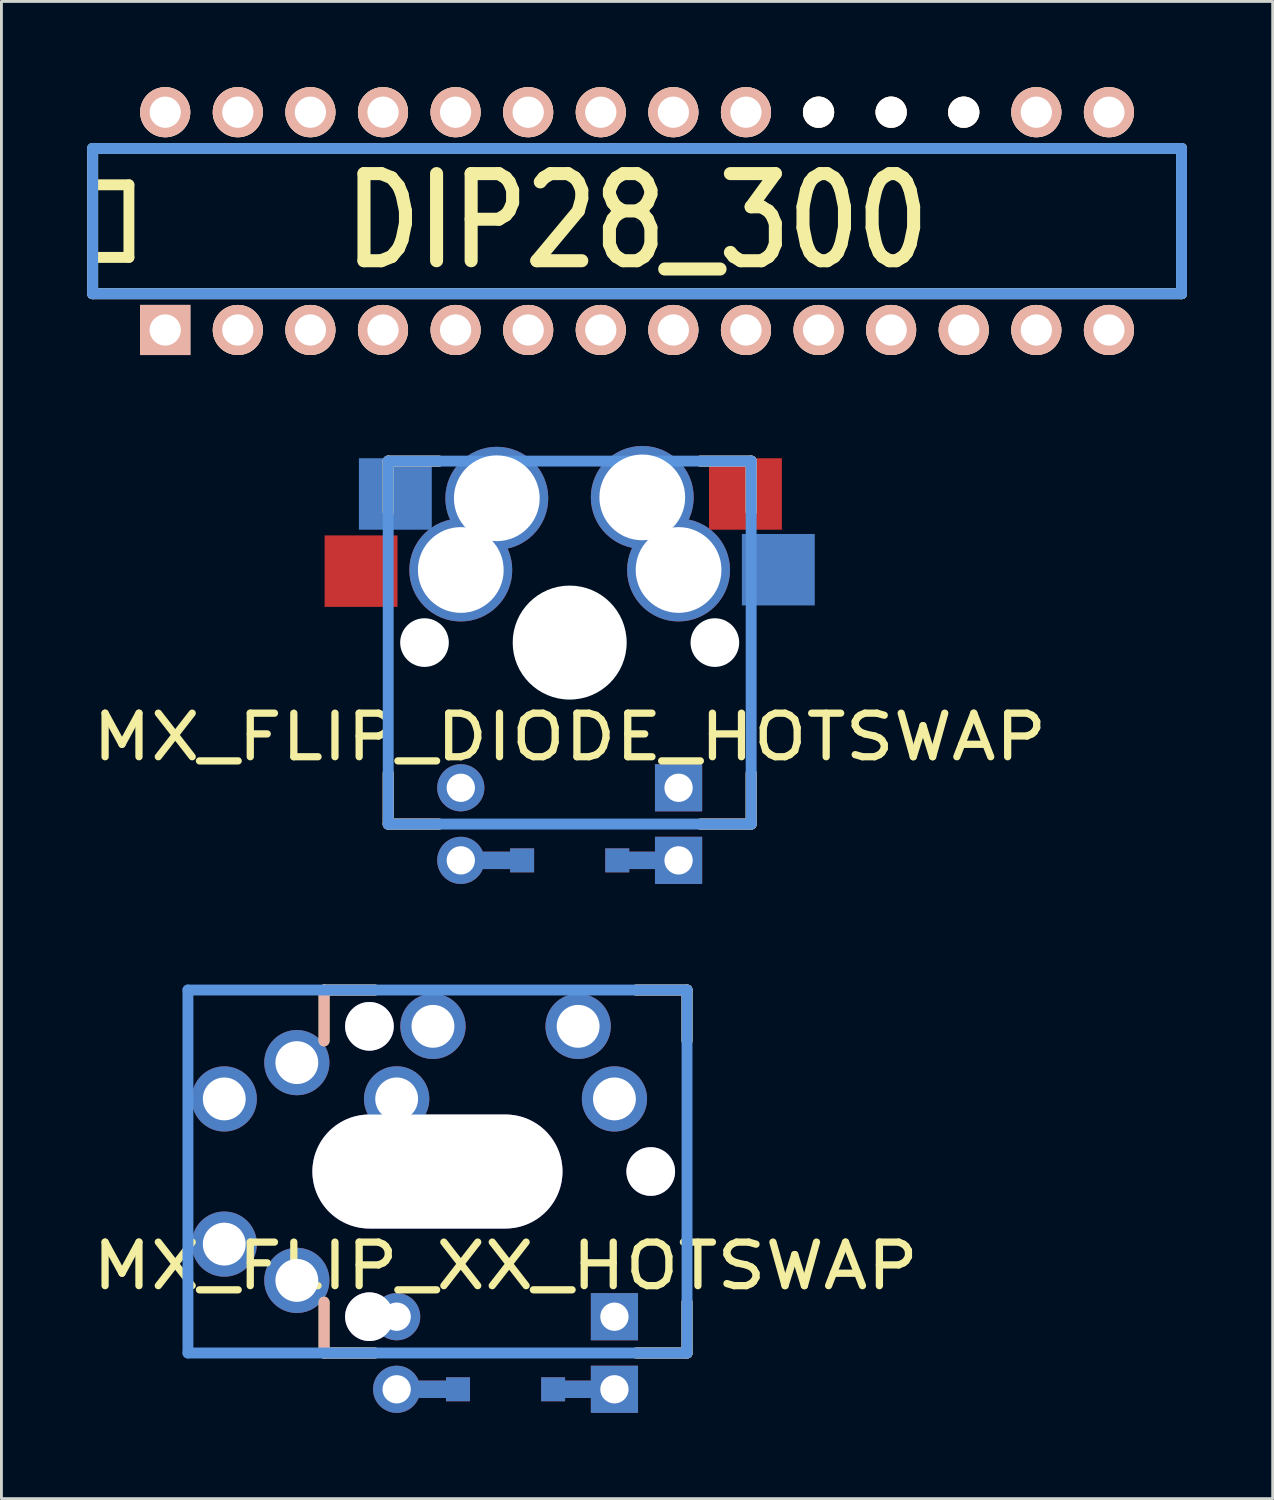
<source format=kicad_pcb>
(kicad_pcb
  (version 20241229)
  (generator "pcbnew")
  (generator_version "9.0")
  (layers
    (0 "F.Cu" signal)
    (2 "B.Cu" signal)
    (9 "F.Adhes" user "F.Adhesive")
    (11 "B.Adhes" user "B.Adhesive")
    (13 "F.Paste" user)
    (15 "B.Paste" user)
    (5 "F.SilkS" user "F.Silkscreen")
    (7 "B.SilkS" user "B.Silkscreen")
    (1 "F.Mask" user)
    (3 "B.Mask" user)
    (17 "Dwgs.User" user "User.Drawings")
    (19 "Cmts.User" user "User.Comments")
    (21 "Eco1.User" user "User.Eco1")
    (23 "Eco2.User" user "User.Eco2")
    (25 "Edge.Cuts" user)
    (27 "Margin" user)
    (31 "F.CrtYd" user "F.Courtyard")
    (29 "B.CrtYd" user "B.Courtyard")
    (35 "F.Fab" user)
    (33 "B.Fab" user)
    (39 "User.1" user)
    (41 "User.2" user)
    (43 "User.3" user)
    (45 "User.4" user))
  (footprint "MX_FLIP_DIODE_HOTSWAP"
    (layer "F.Cu")
    (at 16.883 19.434)
    (property "Reference" "MX_FLIP_DIODE_HOTSWAP" (at 0 3.302 0) (layer "F.SilkS") (effects (font (size 1.524 1.778) (thickness 0.254))))
    (attr through_hole)
    (fp_line (start -3.81 7.62) (end -1.664 7.62) (stroke (width 0.61) (type solid)) (layer "F.Cu"))
    (fp_line (start 1.664 7.62) (end 3.81 7.62) (stroke (width 0.61) (type solid)) (layer "F.Cu"))
    (fp_line (start -3.81 7.62) (end -1.664 7.62) (stroke (width 0.61) (type solid)) (layer "B.Cu"))
    (fp_line (start 1.664 7.62) (end 3.81 7.62) (stroke (width 0.61) (type solid)) (layer "B.Cu"))
    (fp_line (start -6.35 -6.35) (end -4.572 -6.35) (stroke (width 0.381) (type solid)) (layer "F.SilkS"))
    (fp_line (start -6.35 -4.572) (end -6.35 -6.35) (stroke (width 0.381) (type solid)) (layer "F.SilkS"))
    (fp_line (start -6.35 6.35) (end -6.35 4.572) (stroke (width 0.381) (type solid)) (layer "F.SilkS"))
    (fp_line (start -4.572 6.35) (end -6.35 6.35) (stroke (width 0.381) (type solid)) (layer "F.SilkS"))
    (fp_line (start 4.572 -6.35) (end 6.35 -6.35) (stroke (width 0.381) (type solid)) (layer "F.SilkS"))
    (fp_line (start 6.35 -6.35) (end 6.35 -4.572) (stroke (width 0.381) (type solid)) (layer "F.SilkS"))
    (fp_line (start 6.35 4.572) (end 6.35 6.35) (stroke (width 0.381) (type solid)) (layer "F.SilkS"))
    (fp_line (start 6.35 6.35) (end 4.572 6.35) (stroke (width 0.381) (type solid)) (layer "F.SilkS"))
    (fp_line (start -6.35 -6.35) (end -4.572 -6.35) (stroke (width 0.381) (type solid)) (layer "B.SilkS"))
    (fp_line (start -6.35 -4.572) (end -6.35 -6.35) (stroke (width 0.381) (type solid)) (layer "B.SilkS"))
    (fp_line (start -6.35 6.35) (end -6.35 4.572) (stroke (width 0.381) (type solid)) (layer "B.SilkS"))
    (fp_line (start -4.572 6.35) (end -6.35 6.35) (stroke (width 0.381) (type solid)) (layer "B.SilkS"))
    (fp_line (start 4.572 -6.35) (end 6.35 -6.35) (stroke (width 0.381) (type solid)) (layer "B.SilkS"))
    (fp_line (start 6.35 -6.35) (end 6.35 -4.572) (stroke (width 0.381) (type solid)) (layer "B.SilkS"))
    (fp_line (start 6.35 4.572) (end 6.35 6.35) (stroke (width 0.381) (type solid)) (layer "B.SilkS"))
    (fp_line (start 6.35 6.35) (end 4.572 6.35) (stroke (width 0.381) (type solid)) (layer "B.SilkS"))
    (fp_line (start -6.35 -6.35) (end 6.35 -6.35) (stroke (width 0.381) (type solid)) (layer "Cmts.User"))
    (fp_line (start -6.35 6.35) (end -6.35 -6.35) (stroke (width 0.381) (type solid)) (layer "Cmts.User"))
    (fp_line (start 6.35 -6.35) (end 6.35 6.35) (stroke (width 0.381) (type solid)) (layer "Cmts.User"))
    (fp_line (start 6.35 6.35) (end -6.35 6.35) (stroke (width 0.381) (type solid)) (layer "Cmts.User"))
    (fp_line (start -7.798 -6.005) (end -6.985 -6.005) (stroke (width 0.152) (type solid)) (layer "Eco2.User"))
    (fp_line (start -7.798 -2.504) (end -7.798 -6.005) (stroke (width 0.152) (type solid)) (layer "Eco2.User"))
    (fp_line (start -7.798 2.504) (end -6.985 2.504) (stroke (width 0.152) (type solid)) (layer "Eco2.User"))
    (fp_line (start -7.798 6.005) (end -7.798 2.504) (stroke (width 0.152) (type solid)) (layer "Eco2.User"))
    (fp_line (start -6.985 -6.985) (end 6.985 -6.985) (stroke (width 0.152) (type solid)) (layer "Eco2.User"))
    (fp_line (start -6.985 -6.005) (end -6.985 -6.985) (stroke (width 0.152) (type solid)) (layer "Eco2.User"))
    (fp_line (start -6.985 -2.504) (end -7.798 -2.504) (stroke (width 0.152) (type solid)) (layer "Eco2.User"))
    (fp_line (start -6.985 2.504) (end -6.985 -2.504) (stroke (width 0.152) (type solid)) (layer "Eco2.User"))
    (fp_line (start -6.985 6.005) (end -7.798 6.005) (stroke (width 0.152) (type solid)) (layer "Eco2.User"))
    (fp_line (start -6.985 6.985) (end -6.985 6.005) (stroke (width 0.152) (type solid)) (layer "Eco2.User"))
    (fp_line (start 6.985 -6.985) (end 6.985 -6.005) (stroke (width 0.152) (type solid)) (layer "Eco2.User"))
    (fp_line (start 6.985 -6.005) (end 7.798 -6.005) (stroke (width 0.152) (type solid)) (layer "Eco2.User"))
    (fp_line (start 6.985 -2.504) (end 6.985 2.504) (stroke (width 0.152) (type solid)) (layer "Eco2.User"))
    (fp_line (start 6.985 2.504) (end 7.798 2.504) (stroke (width 0.152) (type solid)) (layer "Eco2.User"))
    (fp_line (start 6.985 6.005) (end 6.985 6.985) (stroke (width 0.152) (type solid)) (layer "Eco2.User"))
    (fp_line (start 6.985 6.985) (end -6.985 6.985) (stroke (width 0.152) (type solid)) (layer "Eco2.User"))
    (fp_line (start 7.798 -6.005) (end 7.798 -2.504) (stroke (width 0.152) (type solid)) (layer "Eco2.User"))
    (fp_line (start 7.798 -2.504) (end 6.985 -2.504) (stroke (width 0.152) (type solid)) (layer "Eco2.User"))
    (fp_line (start 7.798 2.504) (end 7.798 6.005) (stroke (width 0.152) (type solid)) (layer "Eco2.User"))
    (fp_line (start 7.798 6.005) (end 6.985 6.005) (stroke (width 0.152) (type solid)) (layer "Eco2.User"))
    (pad "" np_thru_hole circle (at -5.08 0) (size 1.702 1.702) (drill 1.702) (layers "*.Cu" "*.Mask"))
    (pad "" np_thru_hole circle (at 0 0) (size 3.988 3.988) (drill 3.988) (layers "*.Cu" "*.Mask"))
    (pad "" np_thru_hole circle (at 5.08 0) (size 1.702 1.702) (drill 1.702) (layers "*.Cu" "*.Mask"))
    (pad "1" thru_hole circle (at 2.54 -5.08) (size 3.6 3.6) (drill 3) (layers "*.Cu" "*.Mask"))
    (pad "1" thru_hole circle (at 3.81 -2.54) (size 3.6 3.6) (drill 3) (layers "*.Cu" "*.Mask"))
    (pad "1" smd rect (at 6.15 -5.2) (size 2.55 2.5) (layers "F.Cu" "F.Mask" "F.Paste"))
    (pad "1" smd rect (at 7.3 -2.55) (size 2.55 2.5) (layers "B.Cu" "B.Mask" "B.Paste"))
    (pad "2" smd rect (at -7.3 -2.5) (size 2.55 2.5) (layers "F.Cu" "F.Mask" "F.Paste"))
    (pad "2" smd rect (at -6.1 -5.2) (size 2.55 2.5) (layers "B.Cu" "B.Mask" "B.Paste"))
    (pad "2" thru_hole circle (at -3.81 -2.54) (size 3.6 3.6) (drill 3) (layers "*.Cu" "*.Mask"))
    (pad "2" thru_hole circle (at -2.55 -5.05) (size 3.6 3.6) (drill 3) (layers "*.Cu" "*.Mask"))
    (pad "3" thru_hole circle (at -3.81 5.08) (size 1.651 1.651) (drill 0.991) (layers "*.Cu" "*.Mask"))
    (pad "3" thru_hole circle (at -3.81 7.62) (size 1.651 1.651) (drill 0.991) (layers "*.Cu" "*.Mask"))
    (pad "4" thru_hole rect (at 3.81 5.08) (size 1.651 1.651) (drill 0.991) (layers "*.Cu" "*.Mask"))
    (pad "4" thru_hole rect (at 3.81 7.62) (size 1.651 1.651) (drill 0.991) (layers "*.Cu" "*.Mask"))
    (pad "99" smd rect (at -1.664 7.62) (size 0.838 0.838) (layers "F.Cu" "F.Mask" "F.Paste"))
    (pad "99" smd rect (at -1.664 7.62) (size 0.838 0.838) (layers "B.Cu" "B.Mask" "B.Paste"))
    (pad "99" smd rect (at 1.664 7.62) (size 0.838 0.838) (layers "F.Cu" "F.Mask" "F.Paste"))
    (pad "99" smd rect (at 1.664 7.62) (size 0.838 0.838) (layers "B.Cu" "B.Mask" "B.Paste")))
  (footprint "DIP28_300"
    (layer "F.Cu")
    (at 19.241 4.686)
    (property "Reference" "DIP28_300" (at 0 0 180) (layer "F.SilkS") (effects (font (size 3.048 2.54) (thickness 0.457))))
    (attr through_hole)
    (fp_line (start -19.05 -2.54) (end 19.05 -2.54) (stroke (width 0.381) (type solid)) (layer "F.SilkS"))
    (fp_line (start -19.05 -1.27) (end -17.78 -1.27) (stroke (width 0.381) (type solid)) (layer "F.SilkS"))
    (fp_line (start -19.05 2.54) (end -19.05 -2.54) (stroke (width 0.381) (type solid)) (layer "F.SilkS"))
    (fp_line (start -17.78 -1.27) (end -17.78 1.27) (stroke (width 0.381) (type solid)) (layer "F.SilkS"))
    (fp_line (start -17.78 1.27) (end -19.05 1.27) (stroke (width 0.381) (type solid)) (layer "F.SilkS"))
    (fp_line (start 19.05 -2.54) (end 19.05 2.54) (stroke (width 0.381) (type solid)) (layer "F.SilkS"))
    (fp_line (start 19.05 2.54) (end -19.05 2.54) (stroke (width 0.381) (type solid)) (layer "F.SilkS"))
    (fp_line (start -19.05 -2.54) (end 19.05 -2.54) (stroke (width 0.381) (type solid)) (layer "Dwgs.User"))
    (fp_line (start -19.05 2.54) (end -19.05 -2.54) (stroke (width 0.381) (type solid)) (layer "Dwgs.User"))
    (fp_line (start 0 0) (end 0 0) (stroke (width 0.025) (type solid)) (layer "Dwgs.User"))
    (fp_line (start 19.05 -2.54) (end 19.05 2.54) (stroke (width 0.381) (type solid)) (layer "Dwgs.User"))
    (fp_line (start 19.05 2.54) (end -19.05 2.54) (stroke (width 0.381) (type solid)) (layer "Dwgs.User"))
    (fp_line (start -19.05 -2.54) (end 19.05 -2.54) (stroke (width 0.381) (type solid)) (layer "Cmts.User"))
    (fp_line (start -19.05 2.54) (end -19.05 -2.54) (stroke (width 0.381) (type solid)) (layer "Cmts.User"))
    (fp_line (start 19.05 -2.54) (end 19.05 2.54) (stroke (width 0.381) (type solid)) (layer "Cmts.User"))
    (fp_line (start 19.05 2.54) (end -19.05 2.54) (stroke (width 0.381) (type solid)) (layer "Cmts.User"))
    (pad "" np_thru_hole circle (at 6.35 -3.81) (size 1.092 1.092) (drill 1.092) (layers "*.Cu" "*.SilkS" "*.Mask"))
    (pad "" np_thru_hole circle (at 8.89 -3.81) (size 1.092 1.092) (drill 1.092) (layers "*.Cu" "*.SilkS" "*.Mask"))
    (pad "" np_thru_hole circle (at 11.43 -3.81) (size 1.092 1.092) (drill 1.092) (layers "*.Cu" "*.SilkS" "*.Mask"))
    (pad "1" thru_hole rect (at -16.51 3.81) (size 1.753 1.753) (drill 1.092) (layers "*.Cu" "*.SilkS" "*.Mask"))
    (pad "2" thru_hole circle (at -13.97 3.81) (size 1.753 1.753) (drill 1.092) (layers "*.Cu" "*.SilkS" "*.Mask"))
    (pad "3" thru_hole circle (at -11.43 3.81) (size 1.753 1.753) (drill 1.092) (layers "*.Cu" "*.SilkS" "*.Mask"))
    (pad "4" thru_hole circle (at -8.89 3.81) (size 1.753 1.753) (drill 1.092) (layers "*.Cu" "*.SilkS" "*.Mask"))
    (pad "5" thru_hole circle (at -6.35 3.81) (size 1.753 1.753) (drill 1.092) (layers "*.Cu" "*.SilkS" "*.Mask"))
    (pad "6" thru_hole circle (at -3.81 3.81) (size 1.753 1.753) (drill 1.092) (layers "*.Cu" "*.SilkS" "*.Mask"))
    (pad "7" thru_hole circle (at -1.27 3.81) (size 1.753 1.753) (drill 1.092) (layers "*.Cu" "*.SilkS" "*.Mask"))
    (pad "8" thru_hole circle (at 1.27 3.81) (size 1.753 1.753) (drill 1.092) (layers "*.Cu" "*.SilkS" "*.Mask"))
    (pad "9" thru_hole circle (at 3.81 3.81) (size 1.753 1.753) (drill 1.092) (layers "*.Cu" "*.SilkS" "*.Mask"))
    (pad "10" thru_hole circle (at 6.35 3.81) (size 1.753 1.753) (drill 1.092) (layers "*.Cu" "*.SilkS" "*.Mask"))
    (pad "11" thru_hole circle (at 8.89 3.81) (size 1.753 1.753) (drill 1.092) (layers "*.Cu" "*.SilkS" "*.Mask"))
    (pad "12" thru_hole circle (at 11.43 3.81) (size 1.753 1.753) (drill 1.092) (layers "*.Cu" "*.SilkS" "*.Mask"))
    (pad "13" thru_hole circle (at 13.97 3.81) (size 1.753 1.753) (drill 1.092) (layers "*.Cu" "*.SilkS" "*.Mask"))
    (pad "14" thru_hole circle (at 16.51 3.81) (size 1.753 1.753) (drill 1.092) (layers "*.Cu" "*.SilkS" "*.Mask"))
    (pad "15" thru_hole circle (at 16.51 -3.81) (size 1.753 1.753) (drill 1.092) (layers "*.Cu" "*.SilkS" "*.Mask"))
    (pad "16" thru_hole circle (at 13.97 -3.81) (size 1.753 1.753) (drill 1.092) (layers "*.Cu" "*.SilkS" "*.Mask"))
    (pad "20" thru_hole circle (at 3.81 -3.81) (size 1.753 1.753) (drill 1.092) (layers "*.Cu" "*.SilkS" "*.Mask"))
    (pad "21" thru_hole circle (at 1.27 -3.81) (size 1.753 1.753) (drill 1.092) (layers "*.Cu" "*.SilkS" "*.Mask"))
    (pad "22" thru_hole circle (at -1.27 -3.81) (size 1.753 1.753) (drill 1.092) (layers "*.Cu" "*.SilkS" "*.Mask"))
    (pad "23" thru_hole circle (at -3.81 -3.81) (size 1.753 1.753) (drill 1.092) (layers "*.Cu" "*.SilkS" "*.Mask"))
    (pad "24" thru_hole circle (at -6.35 -3.81) (size 1.753 1.753) (drill 1.092) (layers "*.Cu" "*.SilkS" "*.Mask"))
    (pad "25" thru_hole circle (at -8.89 -3.81) (size 1.753 1.753) (drill 1.092) (layers "*.Cu" "*.SilkS" "*.Mask"))
    (pad "26" thru_hole circle (at -11.43 -3.81) (size 1.753 1.753) (drill 1.092) (layers "*.Cu" "*.SilkS" "*.Mask"))
    (pad "27" thru_hole circle (at -13.97 -3.81) (size 1.753 1.753) (drill 1.092) (layers "*.Cu" "*.SilkS" "*.Mask"))
    (pad "28" thru_hole circle (at -16.51 -3.81) (size 1.753 1.753) (drill 1.092) (layers "*.Cu" "*.SilkS" "*.Mask")))
  (footprint "MX_FLIP_XX_HOTSWAP"
    (layer "F.Cu")
    (at 14.639 37.941)
    (property "Reference" "MX_FLIP_XX_HOTSWAP" (at 0 3.302 0) (layer "F.SilkS") (effects (font (size 1.524 1.778) (thickness 0.254))))
    (attr through_hole)
    (fp_line (start -3.81 7.62) (end -1.664 7.62) (stroke (width 0.61) (type solid)) (layer "F.Cu"))
    (fp_line (start 1.664 7.62) (end 3.81 7.62) (stroke (width 0.61) (type solid)) (layer "F.Cu"))
    (fp_line (start -3.81 7.62) (end -1.664 7.62) (stroke (width 0.61) (type solid)) (layer "B.Cu"))
    (fp_line (start 1.664 7.62) (end 3.81 7.62) (stroke (width 0.61) (type solid)) (layer "B.Cu"))
    (fp_line (start -6.35 -6.35) (end -4.572 -6.35) (stroke (width 0.381) (type solid)) (layer "F.SilkS"))
    (fp_line (start -6.35 -4.572) (end -6.35 -6.35) (stroke (width 0.381) (type solid)) (layer "F.SilkS"))
    (fp_line (start -6.35 6.35) (end -6.35 4.572) (stroke (width 0.381) (type solid)) (layer "F.SilkS"))
    (fp_line (start -4.572 6.35) (end -6.35 6.35) (stroke (width 0.381) (type solid)) (layer "F.SilkS"))
    (fp_line (start 4.572 -6.35) (end 6.35 -6.35) (stroke (width 0.381) (type solid)) (layer "F.SilkS"))
    (fp_line (start 6.35 -6.35) (end 6.35 -4.572) (stroke (width 0.381) (type solid)) (layer "F.SilkS"))
    (fp_line (start 6.35 4.572) (end 6.35 6.35) (stroke (width 0.381) (type solid)) (layer "F.SilkS"))
    (fp_line (start 6.35 6.35) (end 4.572 6.35) (stroke (width 0.381) (type solid)) (layer "F.SilkS"))
    (fp_line (start -6.35 -6.35) (end -4.572 -6.35) (stroke (width 0.381) (type solid)) (layer "B.SilkS"))
    (fp_line (start -6.35 -4.572) (end -6.35 -6.35) (stroke (width 0.381) (type solid)) (layer "B.SilkS"))
    (fp_line (start -6.35 6.35) (end -6.35 4.572) (stroke (width 0.381) (type solid)) (layer "B.SilkS"))
    (fp_line (start -4.572 6.35) (end -6.35 6.35) (stroke (width 0.381) (type solid)) (layer "B.SilkS"))
    (fp_line (start 4.572 -6.35) (end 6.35 -6.35) (stroke (width 0.381) (type solid)) (layer "B.SilkS"))
    (fp_line (start 6.35 -6.35) (end 6.35 -4.572) (stroke (width 0.381) (type solid)) (layer "B.SilkS"))
    (fp_line (start 6.35 4.572) (end 6.35 6.35) (stroke (width 0.381) (type solid)) (layer "B.SilkS"))
    (fp_line (start 6.35 6.35) (end 4.572 6.35) (stroke (width 0.381) (type solid)) (layer "B.SilkS"))
    (fp_line (start -11.113 -6.35) (end 6.35 -6.35) (stroke (width 0.381) (type solid)) (layer "Cmts.User"))
    (fp_line (start -11.113 6.35) (end -11.113 -6.35) (stroke (width 0.381) (type solid)) (layer "Cmts.User"))
    (fp_line (start 6.35 -6.35) (end 6.35 6.35) (stroke (width 0.381) (type solid)) (layer "Cmts.User"))
    (fp_line (start 6.35 6.35) (end -11.113 6.35) (stroke (width 0.381) (type solid)) (layer "Cmts.User"))
    (fp_line (start -7.798 -6.005) (end -6.985 -6.005) (stroke (width 0.152) (type solid)) (layer "Eco2.User"))
    (fp_line (start -7.798 -2.504) (end -7.798 -6.005) (stroke (width 0.152) (type solid)) (layer "Eco2.User"))
    (fp_line (start -7.798 2.504) (end -6.985 2.504) (stroke (width 0.152) (type solid)) (layer "Eco2.User"))
    (fp_line (start -7.798 6.005) (end -7.798 2.504) (stroke (width 0.152) (type solid)) (layer "Eco2.User"))
    (fp_line (start -6.985 -6.985) (end 6.985 -6.985) (stroke (width 0.152) (type solid)) (layer "Eco2.User"))
    (fp_line (start -6.985 -6.005) (end -6.985 -6.985) (stroke (width 0.152) (type solid)) (layer "Eco2.User"))
    (fp_line (start -6.985 -2.504) (end -7.798 -2.504) (stroke (width 0.152) (type solid)) (layer "Eco2.User"))
    (fp_line (start -6.985 2.504) (end -6.985 -2.504) (stroke (width 0.152) (type solid)) (layer "Eco2.User"))
    (fp_line (start -6.985 6.005) (end -7.798 6.005) (stroke (width 0.152) (type solid)) (layer "Eco2.User"))
    (fp_line (start -6.985 6.985) (end -6.985 6.005) (stroke (width 0.152) (type solid)) (layer "Eco2.User"))
    (fp_line (start 6.985 -6.985) (end 6.985 -6.005) (stroke (width 0.152) (type solid)) (layer "Eco2.User"))
    (fp_line (start 6.985 -6.005) (end 7.798 -6.005) (stroke (width 0.152) (type solid)) (layer "Eco2.User"))
    (fp_line (start 6.985 -2.504) (end 6.985 2.504) (stroke (width 0.152) (type solid)) (layer "Eco2.User"))
    (fp_line (start 6.985 2.504) (end 7.798 2.504) (stroke (width 0.152) (type solid)) (layer "Eco2.User"))
    (fp_line (start 6.985 6.005) (end 6.985 6.985) (stroke (width 0.152) (type solid)) (layer "Eco2.User"))
    (fp_line (start 6.985 6.985) (end -6.985 6.985) (stroke (width 0.152) (type solid)) (layer "Eco2.User"))
    (fp_line (start 7.798 -6.005) (end 7.798 -2.504) (stroke (width 0.152) (type solid)) (layer "Eco2.User"))
    (fp_line (start 7.798 -2.504) (end 6.985 -2.504) (stroke (width 0.152) (type solid)) (layer "Eco2.User"))
    (fp_line (start 7.798 2.504) (end 7.798 6.005) (stroke (width 0.152) (type solid)) (layer "Eco2.User"))
    (fp_line (start 7.798 6.005) (end 6.985 6.005) (stroke (width 0.152) (type solid)) (layer "Eco2.User"))
    (pad "" thru_hole circle (at 5.08 0) (size 1.702 1.702) (drill 1.702) (layers "*.Cu" "*.Mask"))
    (pad "1" thru_hole circle (at -9.842 -2.54) (size 2.281 2.281) (drill 1.499) (layers "*.Cu" "*.Mask"))
    (pad "1" thru_hole circle (at -7.303 -3.81) (size 2.281 2.281) (drill 1.499) (layers "*.Cu" "*.Mask"))
    (pad "1" thru_hole circle (at 2.54 -5.08) (size 2.286 2.286) (drill 1.499) (layers "*.Cu" "*.Mask"))
    (pad "1" thru_hole circle (at 3.81 -2.54) (size 2.283 2.283) (drill 1.499) (layers "*.Cu" "*.Mask"))
    (pad "2" thru_hole circle (at -9.842 2.54) (size 2.281 2.281) (drill 1.499) (layers "*.Cu" "*.Mask"))
    (pad "2" thru_hole circle (at -7.303 3.81) (size 2.281 2.281) (drill 1.499) (layers "*.Cu" "*.Mask"))
    (pad "2" thru_hole circle (at -4.763 -5.08 90) (size 1.702 1.702) (drill 1.702) (layers "*.Cu" "*.Mask"))
    (pad "2" thru_hole circle (at -3.81 -2.54) (size 2.286 2.286) (drill 1.499) (layers "*.Cu" "*.Mask"))
    (pad "2" thru_hole circle (at -2.54 -5.08) (size 2.286 2.286) (drill 1.499) (layers "*.Cu" "*.Mask"))
    (pad "2" thru_hole oval (at -2.383 0) (size 8.75 3.988) (drill oval 8.75 3.988) (layers "*.Cu" "*.Mask"))
    (pad "3" thru_hole circle (at -4.763 5.08 90) (size 1.702 1.702) (drill 1.702) (layers "*.Cu" "*.Mask"))
    (pad "3" thru_hole circle (at -3.81 5.08) (size 1.651 1.651) (drill 0.991) (layers "*.Cu" "*.Mask"))
    (pad "3" thru_hole circle (at -3.81 7.62) (size 1.651 1.651) (drill 0.991) (layers "*.Cu" "*.Mask"))
    (pad "4" thru_hole rect (at 3.81 5.08) (size 1.651 1.651) (drill 0.991) (layers "*.Cu" "*.Mask"))
    (pad "4" thru_hole rect (at 3.81 7.62) (size 1.651 1.651) (drill 0.991) (layers "*.Cu" "*.Mask"))
    (pad "99" smd rect (at -1.664 7.62) (size 0.838 0.838) (layers "F.Cu" "F.Mask" "F.Paste"))
    (pad "99" smd rect (at -1.664 7.62) (size 0.838 0.838) (layers "B.Cu" "B.Mask" "B.Paste"))
    (pad "99" smd rect (at 1.664 7.62) (size 0.838 0.838) (layers "F.Cu" "F.Mask" "F.Paste"))
    (pad "99" smd rect (at 1.664 7.62) (size 0.838 0.838) (layers "B.Cu" "B.Mask" "B.Paste")))
  (gr_rect
    (start -3 -3)
    (end 41.481 49.386)
    (stroke (width 0.1) (type default))
    (fill no)
    (layer "Edge.Cuts")))
</source>
